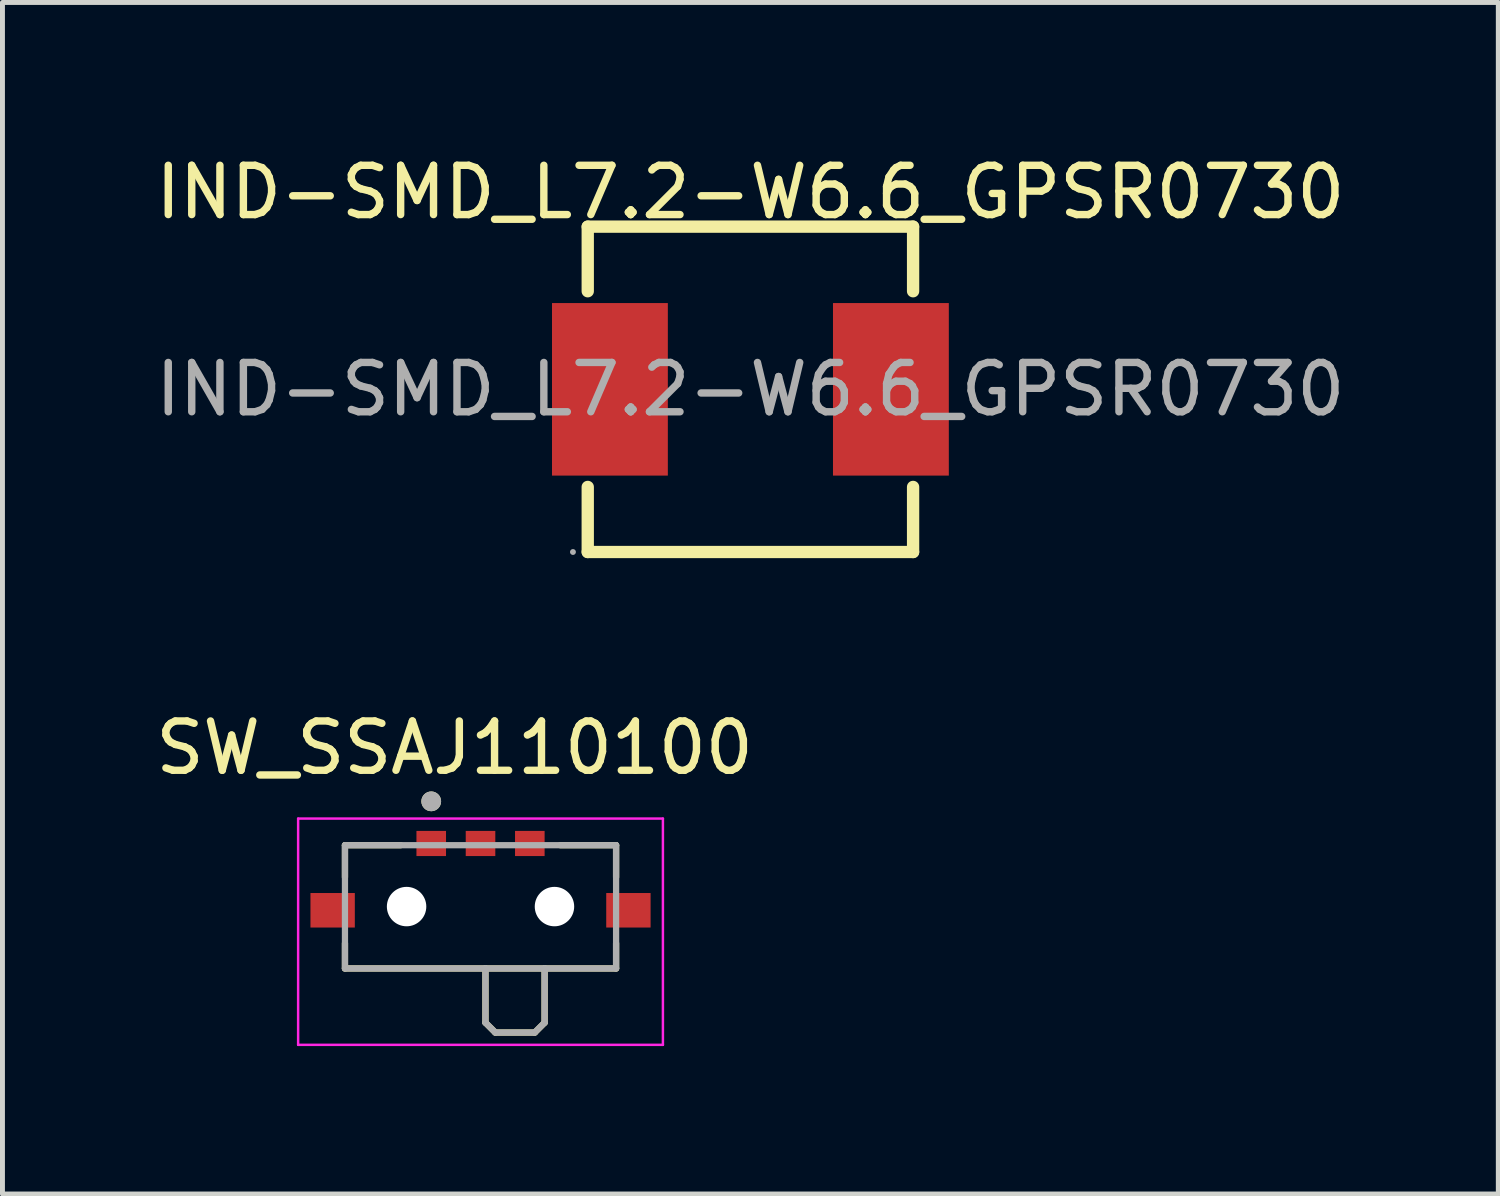
<source format=kicad_pcb>
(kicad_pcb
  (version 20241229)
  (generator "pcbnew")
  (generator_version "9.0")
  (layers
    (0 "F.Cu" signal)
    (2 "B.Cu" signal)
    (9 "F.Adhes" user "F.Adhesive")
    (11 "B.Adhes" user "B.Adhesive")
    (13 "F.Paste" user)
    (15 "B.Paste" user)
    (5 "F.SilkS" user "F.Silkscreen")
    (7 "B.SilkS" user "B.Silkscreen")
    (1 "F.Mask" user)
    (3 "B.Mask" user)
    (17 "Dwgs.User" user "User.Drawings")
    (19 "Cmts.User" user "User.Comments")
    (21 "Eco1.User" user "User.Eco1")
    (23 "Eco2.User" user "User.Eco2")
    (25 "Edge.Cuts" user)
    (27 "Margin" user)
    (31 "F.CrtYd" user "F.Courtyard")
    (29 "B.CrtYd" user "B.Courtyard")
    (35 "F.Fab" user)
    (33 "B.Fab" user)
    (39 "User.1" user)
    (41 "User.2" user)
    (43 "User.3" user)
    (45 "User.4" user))
  (footprint "SW_SSAJ110100"
    (layer "F.Cu")
    (at 6.698 15.341)
    (property "Reference" "SW_SSAJ110100" (at -0.525 -3.22 0) (layer "F.SilkS") (effects (font (size 1 1) (thickness 0.15))))
    (attr smd)
    (fp_line (start -2.75 -1.245) (end -1.62 -1.245) (stroke (width 0.127) (type solid)) (layer "F.SilkS"))
    (fp_line (start -2.75 -0.595) (end -2.75 -1.245) (stroke (width 0.127) (type solid)) (layer "F.SilkS"))
    (fp_line (start -2.75 1.255) (end -2.75 0.745) (stroke (width 0.127) (type solid)) (layer "F.SilkS"))
    (fp_line (start 0.1 1.255) (end -2.75 1.255) (stroke (width 0.127) (type solid)) (layer "F.SilkS"))
    (fp_line (start 0.1 1.255) (end 0.1 2.355) (stroke (width 0.127) (type solid)) (layer "F.SilkS"))
    (fp_line (start 0.1 2.355) (end 0.3 2.555) (stroke (width 0.127) (type solid)) (layer "F.SilkS"))
    (fp_line (start 0.3 2.555) (end 1.1 2.555) (stroke (width 0.127) (type solid)) (layer "F.SilkS"))
    (fp_line (start 1.1 2.555) (end 1.3 2.355) (stroke (width 0.127) (type solid)) (layer "F.SilkS"))
    (fp_line (start 1.3 1.255) (end 0.1 1.255) (stroke (width 0.127) (type solid)) (layer "F.SilkS"))
    (fp_line (start 1.3 2.355) (end 1.3 1.255) (stroke (width 0.127) (type solid)) (layer "F.SilkS"))
    (fp_line (start 1.62 -1.245) (end 2.75 -1.245) (stroke (width 0.127) (type solid)) (layer "F.SilkS"))
    (fp_line (start 2.75 -1.245) (end 2.75 -0.595) (stroke (width 0.127) (type solid)) (layer "F.SilkS"))
    (fp_line (start 2.75 1.255) (end 1.3 1.255) (stroke (width 0.127) (type solid)) (layer "F.SilkS"))
    (fp_line (start 2.75 1.255) (end 2.75 0.745) (stroke (width 0.127) (type solid)) (layer "F.SilkS"))
    (fp_circle (center -1 -2.135) (end -0.9 -2.135) (stroke (width 0.2) (type solid)) (fill no) (layer "F.SilkS"))
    (fp_line (start -3.7 -1.785) (end -3.7 2.805) (stroke (width 0.05) (type solid)) (layer "F.CrtYd"))
    (fp_line (start -3.7 2.805) (end 3.7 2.805) (stroke (width 0.05) (type solid)) (layer "F.CrtYd"))
    (fp_line (start 3.7 -1.785) (end -3.7 -1.785) (stroke (width 0.05) (type solid)) (layer "F.CrtYd"))
    (fp_line (start 3.7 2.805) (end 3.7 -1.785) (stroke (width 0.05) (type solid)) (layer "F.CrtYd"))
    (fp_line (start -2.75 -1.245) (end 2.75 -1.245) (stroke (width 0.127) (type solid)) (layer "F.Fab"))
    (fp_line (start -2.75 1.255) (end -2.75 -1.245) (stroke (width 0.127) (type solid)) (layer "F.Fab"))
    (fp_line (start 0.1 1.255) (end -2.75 1.255) (stroke (width 0.127) (type solid)) (layer "F.Fab"))
    (fp_line (start 0.1 1.255) (end 0.1 2.355) (stroke (width 0.127) (type solid)) (layer "F.Fab"))
    (fp_line (start 0.1 2.355) (end 0.3 2.555) (stroke (width 0.127) (type solid)) (layer "F.Fab"))
    (fp_line (start 0.3 2.555) (end 1.1 2.555) (stroke (width 0.127) (type solid)) (layer "F.Fab"))
    (fp_line (start 1.1 2.555) (end 1.3 2.355) (stroke (width 0.127) (type solid)) (layer "F.Fab"))
    (fp_line (start 1.3 1.255) (end 0.1 1.255) (stroke (width 0.127) (type solid)) (layer "F.Fab"))
    (fp_line (start 1.3 2.355) (end 1.3 1.255) (stroke (width 0.127) (type solid)) (layer "F.Fab"))
    (fp_line (start 2.75 -1.245) (end 2.75 1.255) (stroke (width 0.127) (type solid)) (layer "F.Fab"))
    (fp_line (start 2.75 1.255) (end 1.3 1.255) (stroke (width 0.127) (type solid)) (layer "F.Fab"))
    (fp_circle (center -1 -2.135) (end -0.9 -2.135) (stroke (width 0.2) (type solid)) (fill no) (layer "F.Fab"))
    (pad "" np_thru_hole circle (at -1.5 0) (size 0.8 0.8) (drill 0.8) (layers "*.Cu" "*.Mask"))
    (pad "" np_thru_hole circle (at 1.5 0) (size 0.8 0.8) (drill 0.8) (layers "*.Cu" "*.Mask"))
    (pad "1" smd rect (at -1 -1.28) (size 0.6 0.51) (layers "F.Cu" "F.Mask" "F.Paste"))
    (pad "2" smd rect (at 1 -1.28) (size 0.6 0.51) (layers "F.Cu" "F.Mask" "F.Paste"))
    (pad "C" smd rect (at 0 -1.28) (size 0.6 0.51) (layers "F.Cu" "F.Mask" "F.Paste"))
    (pad "S1" smd rect (at 3 0.075) (size 0.9 0.7) (layers "F.Cu" "F.Mask" "F.Paste"))
    (pad "S2" smd rect (at -3 0.075) (size 0.9 0.7) (layers "F.Cu" "F.Mask" "F.Paste"))
    (zone (net_name "") (layer "F.Cu") (hatch full 0.508) (connect_pads) (min_thickness 0.01) (filled_areas_thickness no) (keepout (tracks not_allowed) (vias not_allowed) (pads not_allowed) (copperpour not_allowed) (footprints allowed)) (placement (enabled no)) (fill) (polygon (pts (xy 5.245 14.316) (xy 8.248 14.316) (xy 8.248 15.742) (xy 5.245 15.742)))))
  (footprint "IND-SMD_L7.2-W6.6_GPSR0730"
    (layer "F.Cu")
    (at 12.173 4.848)
    (property "Reference" "IND-SMD_L7.2-W6.6_GPSR0730" (at 0 -4 0) (layer "F.SilkS") (effects (font (size 1 1) (thickness 0.15))))
    (attr smd)
    (fp_line (start -3.3 -3.3) (end -3.3 -1.99) (stroke (width 0.25) (type solid)) (layer "F.SilkS"))
    (fp_line (start -3.3 -3.3) (end 3.3 -3.3) (stroke (width 0.25) (type solid)) (layer "F.SilkS"))
    (fp_line (start -3.3 1.98) (end -3.3 3.3) (stroke (width 0.25) (type solid)) (layer "F.SilkS"))
    (fp_line (start -3.3 3.3) (end 3.3 3.3) (stroke (width 0.25) (type solid)) (layer "F.SilkS"))
    (fp_line (start 3.3 -3.3) (end 3.3 -1.99) (stroke (width 0.25) (type solid)) (layer "F.SilkS"))
    (fp_line (start 3.3 1.98) (end 3.3 3.3) (stroke (width 0.25) (type solid)) (layer "F.SilkS"))
    (fp_circle (center -3.6 3.3) (end -3.57 3.3) (stroke (width 0.06) (type solid)) (fill no) (layer "F.Fab"))
    (fp_text user "${REFERENCE}" (at 0 0 0) (layer "F.Fab") (effects (font (size 1 1) (thickness 0.15))))
    (pad "1" smd rect (at -2.85 0) (size 2.35 3.5) (layers "F.Cu" "F.Mask" "F.Paste"))
    (pad "2" smd rect (at 2.85 0) (size 2.35 3.5) (layers "F.Cu" "F.Mask" "F.Paste")))
  (gr_rect
    (start -3 -3)
    (end 27.345 21.172)
    (stroke (width 0.1) (type default))
    (fill no)
    (layer "Edge.Cuts")))
</source>
